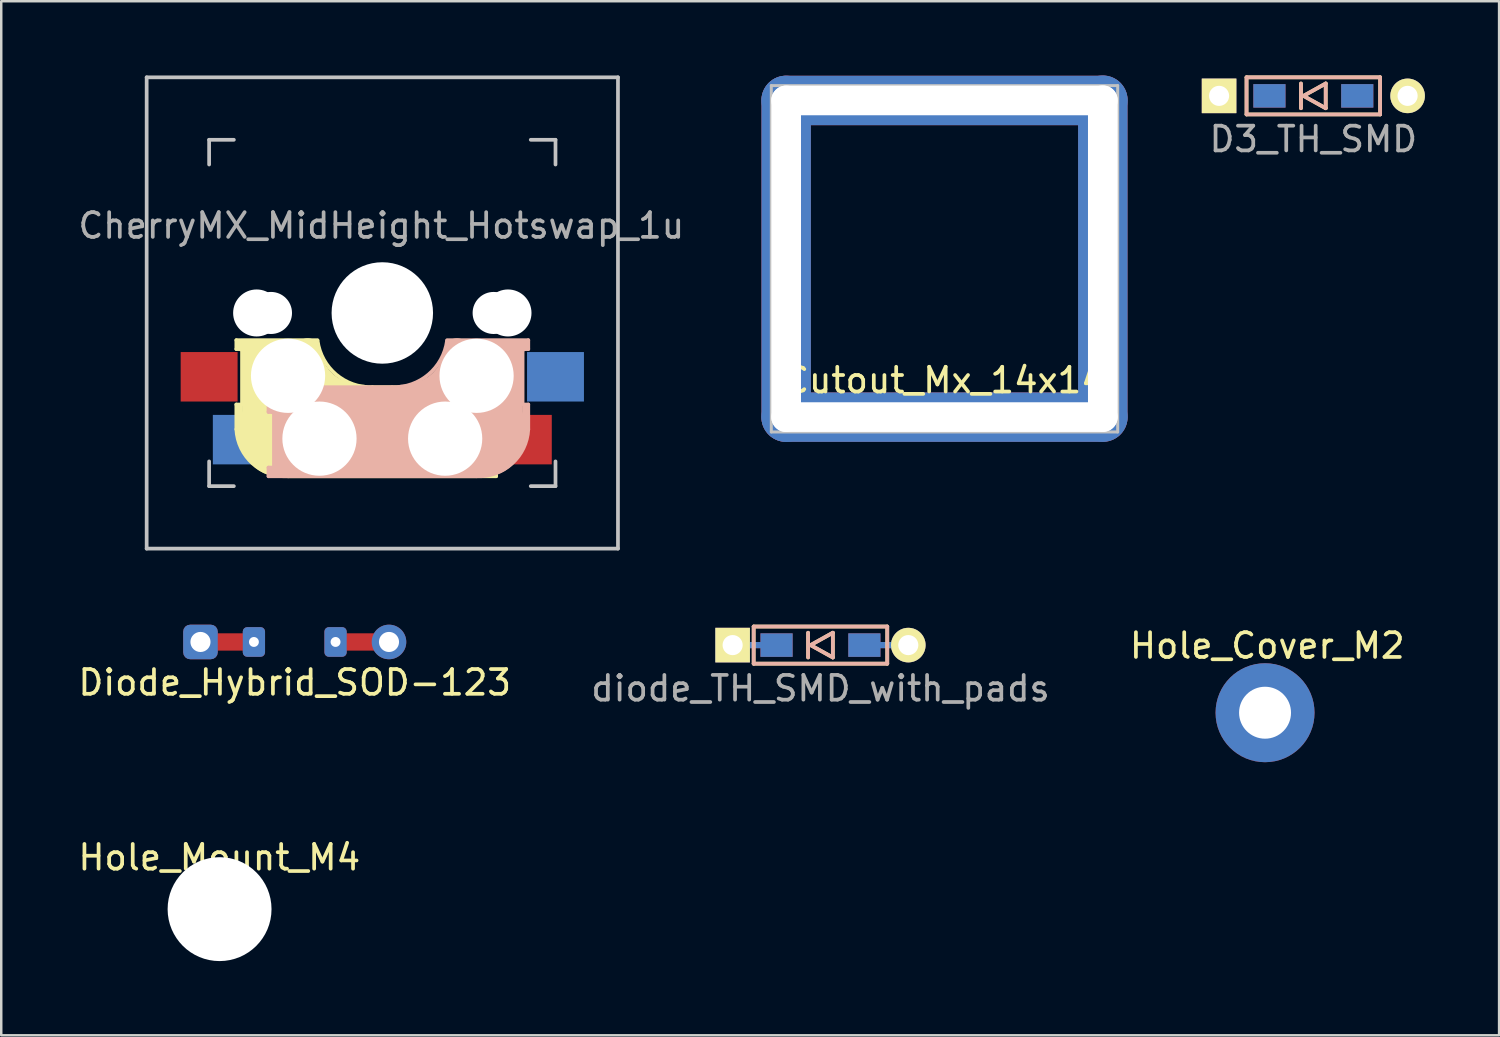
<source format=kicad_pcb>
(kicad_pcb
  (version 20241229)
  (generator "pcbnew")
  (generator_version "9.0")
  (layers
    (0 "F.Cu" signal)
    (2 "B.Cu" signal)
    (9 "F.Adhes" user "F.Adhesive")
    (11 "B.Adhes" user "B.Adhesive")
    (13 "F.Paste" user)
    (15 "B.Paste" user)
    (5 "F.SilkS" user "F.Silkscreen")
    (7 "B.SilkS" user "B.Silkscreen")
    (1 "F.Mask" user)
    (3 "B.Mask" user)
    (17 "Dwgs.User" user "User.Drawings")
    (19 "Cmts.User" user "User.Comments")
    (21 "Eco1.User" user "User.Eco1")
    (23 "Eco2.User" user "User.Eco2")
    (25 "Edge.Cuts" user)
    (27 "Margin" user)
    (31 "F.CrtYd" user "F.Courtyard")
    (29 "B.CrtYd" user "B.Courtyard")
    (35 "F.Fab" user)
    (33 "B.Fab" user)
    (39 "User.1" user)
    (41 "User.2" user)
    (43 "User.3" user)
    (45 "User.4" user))
  (footprint "D3_TH_SMD"
    (layer "F.Cu")
    (at 50.035 0.825)
    (property "Reference" "D3_TH_SMD" (at 0 1.75 0) (layer "F.Fab") (effects (font (size 1 1) (thickness 0.15))))
    (attr through_hole)
    (fp_line (start -2.7 -0.75) (end -2.7 0.75) (stroke (width 0.15) (type solid)) (layer "F.SilkS"))
    (fp_line (start -2.7 0.75) (end 2.7 0.75) (stroke (width 0.15) (type solid)) (layer "F.SilkS"))
    (fp_line (start -0.5 -0.5) (end -0.5 0.5) (stroke (width 0.15) (type solid)) (layer "F.SilkS"))
    (fp_line (start -0.4 0) (end 0.5 -0.5) (stroke (width 0.15) (type solid)) (layer "F.SilkS"))
    (fp_line (start 0.5 -0.5) (end 0.5 0.5) (stroke (width 0.15) (type solid)) (layer "F.SilkS"))
    (fp_line (start 0.5 0.5) (end -0.4 0) (stroke (width 0.15) (type solid)) (layer "F.SilkS"))
    (fp_line (start 2.7 -0.75) (end -2.7 -0.75) (stroke (width 0.15) (type solid)) (layer "F.SilkS"))
    (fp_line (start 2.7 0.75) (end 2.7 -0.75) (stroke (width 0.15) (type solid)) (layer "F.SilkS"))
    (fp_line (start -2.7 -0.75) (end -2.7 0.75) (stroke (width 0.15) (type solid)) (layer "B.SilkS"))
    (fp_line (start -2.7 0.75) (end 2.7 0.75) (stroke (width 0.15) (type solid)) (layer "B.SilkS"))
    (fp_line (start -0.5 -0.5) (end -0.5 0.5) (stroke (width 0.15) (type solid)) (layer "B.SilkS"))
    (fp_line (start -0.4 0) (end 0.5 -0.5) (stroke (width 0.15) (type solid)) (layer "B.SilkS"))
    (fp_line (start 0.5 -0.5) (end 0.5 0.5) (stroke (width 0.15) (type solid)) (layer "B.SilkS"))
    (fp_line (start 0.5 0.5) (end -0.4 0) (stroke (width 0.15) (type solid)) (layer "B.SilkS"))
    (fp_line (start 2.7 -0.75) (end -2.7 -0.75) (stroke (width 0.15) (type solid)) (layer "B.SilkS"))
    (fp_line (start 2.7 0.75) (end 2.7 -0.75) (stroke (width 0.15) (type solid)) (layer "B.SilkS"))
    (pad "1" thru_hole rect (at -3.81 0) (size 1.397 1.397) (drill 0.813) (layers "*.Cu" "*.Mask" "F.SilkS"))
    (pad "1" smd rect (at -1.775 0) (size 1.3 0.95) (layers "F.Cu" "F.Mask" "F.Paste"))
    (pad "1" smd rect (at -1.775 0) (size 1.3 0.95) (layers "B.Cu" "B.Mask" "B.Paste"))
    (pad "2" smd rect (at 1.775 0) (size 1.3 0.95) (layers "F.Cu" "F.Mask" "F.Paste"))
    (pad "2" smd rect (at 1.775 0) (size 1.3 0.95) (layers "B.Cu" "B.Mask" "B.Paste"))
    (pad "2" thru_hole circle (at 3.81 0) (size 1.397 1.397) (drill 0.813) (layers "*.Cu" "*.Mask" "F.SilkS")))
  (footprint "diode_TH_SMD_with_pads"
    (layer "F.Cu")
    (at 30.113 23.025)
    (property "Reference" "diode_TH_SMD_with_pads" (at 0 1.75 0) (layer "F.Fab") (effects (font (size 1 1) (thickness 0.15))))
    (attr through_hole)
    (fp_line (start -2.7 -0.75) (end -2.7 0.75) (stroke (width 0.15) (type solid)) (layer "F.SilkS"))
    (fp_line (start -2.7 0.75) (end 2.7 0.75) (stroke (width 0.15) (type solid)) (layer "F.SilkS"))
    (fp_line (start -0.5 -0.5) (end -0.5 0.5) (stroke (width 0.15) (type solid)) (layer "F.SilkS"))
    (fp_line (start -0.4 0) (end 0.5 -0.5) (stroke (width 0.15) (type solid)) (layer "F.SilkS"))
    (fp_line (start 0.5 -0.5) (end 0.5 0.5) (stroke (width 0.15) (type solid)) (layer "F.SilkS"))
    (fp_line (start 0.5 0.5) (end -0.4 0) (stroke (width 0.15) (type solid)) (layer "F.SilkS"))
    (fp_line (start 2.7 -0.75) (end -2.7 -0.75) (stroke (width 0.15) (type solid)) (layer "F.SilkS"))
    (fp_line (start 2.7 0.75) (end 2.7 -0.75) (stroke (width 0.15) (type solid)) (layer "F.SilkS"))
    (fp_line (start -2.7 -0.75) (end -2.7 0.75) (stroke (width 0.15) (type solid)) (layer "B.SilkS"))
    (fp_line (start -2.7 0.75) (end 2.7 0.75) (stroke (width 0.15) (type solid)) (layer "B.SilkS"))
    (fp_line (start -0.5 -0.5) (end -0.5 0.5) (stroke (width 0.15) (type solid)) (layer "B.SilkS"))
    (fp_line (start -0.4 0) (end 0.5 -0.5) (stroke (width 0.15) (type solid)) (layer "B.SilkS"))
    (fp_line (start 0.5 -0.5) (end 0.5 0.5) (stroke (width 0.15) (type solid)) (layer "B.SilkS"))
    (fp_line (start 0.5 0.5) (end -0.4 0) (stroke (width 0.15) (type solid)) (layer "B.SilkS"))
    (fp_line (start 2.7 -0.75) (end -2.7 -0.75) (stroke (width 0.15) (type solid)) (layer "B.SilkS"))
    (fp_line (start 2.7 0.75) (end 2.7 -0.75) (stroke (width 0.15) (type solid)) (layer "B.SilkS"))
    (pad "1" thru_hole rect (at -3.55 0) (size 1.397 1.397) (drill 0.813) (layers "*.Cu" "*.Mask" "F.SilkS"))
    (pad "1" smd rect (at -2.7 0) (size 1.25 0.25) (layers "F.Cu" "F.Mask" "F.Paste"))
    (pad "1" smd rect (at -2.7 0) (size 1.25 0.25) (layers "B.Cu" "B.Mask" "B.Paste"))
    (pad "1" smd rect (at -1.775 0) (size 1.3 0.95) (layers "F.Cu" "F.Mask" "F.Paste"))
    (pad "1" smd rect (at -1.775 0) (size 1.3 0.95) (layers "B.Cu" "B.Mask" "B.Paste"))
    (pad "2" smd rect (at 1.775 0) (size 1.3 0.95) (layers "F.Cu" "F.Mask" "F.Paste"))
    (pad "2" smd rect (at 1.775 0) (size 1.3 0.95) (layers "B.Cu" "B.Mask" "B.Paste"))
    (pad "2" smd rect (at 2.7 0) (size 1.25 0.25) (layers "F.Cu" "F.Mask" "F.Paste"))
    (pad "2" smd rect (at 2.7 0) (size 1.25 0.25) (layers "B.Cu" "B.Mask" "B.Paste"))
    (pad "2" thru_hole circle (at 3.55 0) (size 1.397 1.397) (drill 0.813) (layers "*.Cu" "*.Mask" "F.SilkS")))
  (footprint "CherryMX_MidHeight_Hotswap_1u"
    (layer "F.Cu")
    (at 12.403 9.6)
    (property "Reference" "CherryMX_MidHeight_Hotswap_1u" (at -0.04 -3.53 180) (layer "F.Fab") (effects (font (size 1 1) (thickness 0.15))))
    (attr through_hole)
    (fp_line (start -5.9 1.1) (end -5.9 1.46) (stroke (width 0.15) (type solid)) (layer "F.SilkS"))
    (fp_line (start -5.9 1.1) (end -2.62 1.1) (stroke (width 0.15) (type solid)) (layer "F.SilkS"))
    (fp_line (start -5.9 3.7) (end -5.7 3.7) (stroke (width 0.15) (type solid)) (layer "F.SilkS"))
    (fp_line (start -5.9 4.7) (end -5.9 3.7) (stroke (width 0.15) (type solid)) (layer "F.SilkS"))
    (fp_line (start -5.8 3.8) (end -5.8 4.7) (stroke (width 0.3) (type solid)) (layer "F.SilkS"))
    (fp_line (start -5.7 1.3) (end -3 1.3) (stroke (width 0.5) (type solid)) (layer "F.SilkS"))
    (fp_line (start -5.7 1.46) (end -5.9 1.46) (stroke (width 0.15) (type solid)) (layer "F.SilkS"))
    (fp_line (start -5.67 3.7) (end -5.67 1.46) (stroke (width 0.15) (type solid)) (layer "F.SilkS"))
    (fp_line (start -5.3 1.6) (end -5.3 3.4) (stroke (width 0.8) (type solid)) (layer "F.SilkS"))
    (fp_line (start -4.17 5.1) (end -4.17 2.86) (stroke (width 3) (type solid)) (layer "F.SilkS"))
    (fp_line (start -0.4 3) (end 4.6 3) (stroke (width 0.15) (type solid)) (layer "F.SilkS"))
    (fp_line (start 2.6 4.8) (end -4.1 4.8) (stroke (width 3.5) (type solid)) (layer "F.SilkS"))
    (fp_line (start 3.9 6) (end 3.9 3.5) (stroke (width 1) (type solid)) (layer "F.SilkS"))
    (fp_line (start 4.3 3.3) (end 2.9 3.3) (stroke (width 0.5) (type solid)) (layer "F.SilkS"))
    (fp_line (start 4.38 4) (end 4.38 6.25) (stroke (width 0.15) (type solid)) (layer "F.SilkS"))
    (fp_line (start 4.4 3.9) (end 4.4 3.2) (stroke (width 0.4) (type solid)) (layer "F.SilkS"))
    (fp_line (start 4.4 6.25) (end 4.6 6.25) (stroke (width 0.15) (type solid)) (layer "F.SilkS"))
    (fp_line (start 4.4 6.4) (end 3 6.4) (stroke (width 0.4) (type solid)) (layer "F.SilkS"))
    (fp_line (start 4.6 3) (end 4.6 4) (stroke (width 0.15) (type solid)) (layer "F.SilkS"))
    (fp_line (start 4.6 4) (end 4.4 4) (stroke (width 0.15) (type solid)) (layer "F.SilkS"))
    (fp_line (start 4.6 6.25) (end 4.6 6.6) (stroke (width 0.15) (type solid)) (layer "F.SilkS"))
    (fp_line (start 4.6 6.6) (end -3.8 6.6) (stroke (width 0.15) (type solid)) (layer "F.SilkS"))
    (fp_arc (start -3.8 6.600001) (mid -5.243504 6.084925) (end -5.900001 4.7) (stroke (width 0.15) (type solid)) (layer "F.SilkS"))
    (fp_arc (start -0.8 3.4) (mid -2.268709 2.886118) (end -3.016318 1.521471) (stroke (width 1) (type solid)) (layer "F.SilkS"))
    (fp_arc (start -0.4 3) (mid -1.868709 2.486118) (end -2.616318 1.121471) (stroke (width 0.15) (type solid)) (layer "F.SilkS"))
    (fp_line (start -4.6 3) (end -4.6 4) (stroke (width 0.15) (type solid)) (layer "B.SilkS"))
    (fp_line (start -4.6 4) (end -4.4 4) (stroke (width 0.15) (type solid)) (layer "B.SilkS"))
    (fp_line (start -4.6 6.25) (end -4.6 6.6) (stroke (width 0.15) (type solid)) (layer "B.SilkS"))
    (fp_line (start -4.6 6.6) (end 3.8 6.6) (stroke (width 0.15) (type solid)) (layer "B.SilkS"))
    (fp_line (start -4.4 3.9) (end -4.4 3.2) (stroke (width 0.4) (type solid)) (layer "B.SilkS"))
    (fp_line (start -4.4 6.25) (end -4.6 6.25) (stroke (width 0.15) (type solid)) (layer "B.SilkS"))
    (fp_line (start -4.4 6.4) (end -3 6.4) (stroke (width 0.4) (type solid)) (layer "B.SilkS"))
    (fp_line (start -4.38 4) (end -4.38 6.25) (stroke (width 0.15) (type solid)) (layer "B.SilkS"))
    (fp_line (start -4.3 3.3) (end -2.9 3.3) (stroke (width 0.5) (type solid)) (layer "B.SilkS"))
    (fp_line (start -3.9 6) (end -3.9 3.5) (stroke (width 1) (type solid)) (layer "B.SilkS"))
    (fp_line (start -2.6 4.8) (end 4.1 4.8) (stroke (width 3.5) (type solid)) (layer "B.SilkS"))
    (fp_line (start 0.4 3) (end -4.6 3) (stroke (width 0.15) (type solid)) (layer "B.SilkS"))
    (fp_line (start 4.17 5.1) (end 4.17 2.86) (stroke (width 3) (type solid)) (layer "B.SilkS"))
    (fp_line (start 5.3 1.6) (end 5.3 3.4) (stroke (width 0.8) (type solid)) (layer "B.SilkS"))
    (fp_line (start 5.67 3.7) (end 5.67 1.46) (stroke (width 0.15) (type solid)) (layer "B.SilkS"))
    (fp_line (start 5.7 1.3) (end 3 1.3) (stroke (width 0.5) (type solid)) (layer "B.SilkS"))
    (fp_line (start 5.7 1.46) (end 5.9 1.46) (stroke (width 0.15) (type solid)) (layer "B.SilkS"))
    (fp_line (start 5.8 3.8) (end 5.8 4.7) (stroke (width 0.3) (type solid)) (layer "B.SilkS"))
    (fp_line (start 5.9 1.1) (end 2.62 1.1) (stroke (width 0.15) (type solid)) (layer "B.SilkS"))
    (fp_line (start 5.9 1.1) (end 5.9 1.46) (stroke (width 0.15) (type solid)) (layer "B.SilkS"))
    (fp_line (start 5.9 3.7) (end 5.7 3.7) (stroke (width 0.15) (type solid)) (layer "B.SilkS"))
    (fp_line (start 5.9 4.7) (end 5.9 3.7) (stroke (width 0.15) (type solid)) (layer "B.SilkS"))
    (fp_arc (start 2.616318 1.121471) (mid 1.868709 2.486118) (end 0.4 3) (stroke (width 0.15) (type solid)) (layer "B.SilkS"))
    (fp_arc (start 3.016318 1.521471) (mid 2.268709 2.886118) (end 0.8 3.4) (stroke (width 1) (type solid)) (layer "B.SilkS"))
    (fp_arc (start 5.9 4.699999) (mid 5.243504 6.084924) (end 3.800001 6.6) (stroke (width 0.15) (type solid)) (layer "B.SilkS"))
    (fp_line (start -9.525 -9.525) (end 9.525 -9.525) (stroke (width 0.15) (type solid)) (layer "Dwgs.User"))
    (fp_line (start -9.525 9.525) (end -9.525 -9.525) (stroke (width 0.15) (type solid)) (layer "Dwgs.User"))
    (fp_line (start -7 -7) (end -7 -6) (stroke (width 0.15) (type solid)) (layer "Dwgs.User"))
    (fp_line (start -7 7) (end -7 6) (stroke (width 0.15) (type solid)) (layer "Dwgs.User"))
    (fp_line (start -7 7) (end -6 7) (stroke (width 0.15) (type solid)) (layer "Dwgs.User"))
    (fp_line (start -6 -7) (end -7 -7) (stroke (width 0.15) (type solid)) (layer "Dwgs.User"))
    (fp_line (start 7 -7) (end 6 -7) (stroke (width 0.15) (type solid)) (layer "Dwgs.User"))
    (fp_line (start 7 -6) (end 7 -7) (stroke (width 0.15) (type solid)) (layer "Dwgs.User"))
    (fp_line (start 7 6) (end 7 7) (stroke (width 0.15) (type solid)) (layer "Dwgs.User"))
    (fp_line (start 7 7) (end 6 7) (stroke (width 0.15) (type solid)) (layer "Dwgs.User"))
    (fp_line (start 9.525 -9.525) (end 9.525 9.525) (stroke (width 0.15) (type solid)) (layer "Dwgs.User"))
    (fp_line (start 9.525 9.525) (end -9.525 9.525) (stroke (width 0.15) (type solid)) (layer "Dwgs.User"))
    (pad "" np_thru_hole circle (at -5.08 0 180) (size 1.9 1.9) (drill 1.9) (layers "*.Cu" "*.Mask"))
    (pad "" np_thru_hole circle (at -4.5 0 180) (size 1.7 1.7) (drill 1.7) (layers "*.Cu" "*.Mask"))
    (pad "" np_thru_hole circle (at -3.81 2.54) (size 3 3) (drill 3) (layers "*.Cu" "*.Mask"))
    (pad "" np_thru_hole circle (at -2.54 5.08) (size 3 3) (drill 3) (layers "*.Cu" "*.Mask"))
    (pad "" np_thru_hole circle (at 0 0 270) (size 4.1 4.1) (drill 4.1) (layers "*.Cu" "*.Mask"))
    (pad "" np_thru_hole circle (at 2.54 5.08) (size 3 3) (drill 3) (layers "*.Cu" "*.Mask"))
    (pad "" np_thru_hole circle (at 3.81 2.54) (size 3 3) (drill 3) (layers "*.Cu" "*.Mask"))
    (pad "" np_thru_hole circle (at 4.5 0 180) (size 1.7 1.7) (drill 1.7) (layers "*.Cu" "*.Mask"))
    (pad "" np_thru_hole circle (at 5.08 0 180) (size 1.9 1.9) (drill 1.9) (layers "*.Cu" "*.Mask"))
    (pad "1" smd rect (at -7 2.58) (size 2.3 2) (layers "F.Cu" "F.Mask" "F.Paste"))
    (pad "1" smd rect (at 7 2.58) (size 2.3 2) (layers "B.Cu" "B.Mask" "B.Paste"))
    (pad "2" smd rect (at -5.7 5.12) (size 2.3 2) (layers "B.Cu" "B.Mask" "B.Paste"))
    (pad "2" smd rect (at 5.7 5.12) (size 2.3 2) (layers "F.Cu" "F.Mask" "F.Paste")))
  (footprint "Cutout_Mx_14x14"
    (layer "F.Cu")
    (at 35.126 7.41)
    (property "Reference" "Cutout_Mx_14x14" (at 0 4.91 0) (layer "F.SilkS") (effects (font (size 1 1) (thickness 0.15))))
    (attr through_hole)
    (fp_line (start -7 -7) (end -7 7) (stroke (width 0.12) (type solid)) (layer "Dwgs.User"))
    (fp_line (start -7 -7) (end 7 -7) (stroke (width 0.12) (type solid)) (layer "Dwgs.User"))
    (fp_line (start 7 -7) (end 7 7) (stroke (width 0.12) (type solid)) (layer "Dwgs.User"))
    (fp_line (start 7 7) (end -7 7) (stroke (width 0.12) (type solid)) (layer "Dwgs.User"))
    (pad "" thru_hole oval (at -6.4 0 270) (size 14.8 2) (drill oval 14 1.2) (layers "*.Cu" "*.Mask"))
    (pad "" thru_hole oval (at 0 -6.4) (size 14.8 2) (drill oval 14 1.2) (layers "*.Cu" "*.Mask"))
    (pad "" thru_hole oval (at 0 6.4) (size 14.8 2) (drill oval 14 1.2) (layers "*.Cu" "*.Mask"))
    (pad "" thru_hole oval (at 6.4 -0.01 270) (size 14.8 2) (drill oval 14 1.2) (layers "*.Cu" "*.Mask")))
  (footprint "Hole_Mount_M4"
    (layer "F.Cu")
    (at 5.825 33.697)
    (property "Reference" "Hole_Mount_M4" (at -0.01 -2.09 0) (layer "F.SilkS") (effects (font (size 1 1) (thickness 0.15))))
    (attr through_hole)
    (pad "" np_thru_hole circle (at 0 0) (size 4.2 4.2) (drill 4.2) (layers "*.Cu" "*.Mask")))
  (footprint "Hole_Cover_M2"
    (layer "F.Cu")
    (at 48.083 25.758)
    (property "Reference" "Hole_Cover_M2" (at 0.09 -2.71 0) (layer "F.SilkS") (effects (font (size 1 1) (thickness 0.15))))
    (attr through_hole)
    (pad "1" thru_hole circle (at 0 0) (size 4 4) (drill 2.1) (layers "*.Cu" "*.Mask")))
  (footprint "Diode_Hybrid_SOD-123"
    (layer "F.Cu")
    (at 8.863 22.898)
    (property "Reference" "Diode_Hybrid_SOD-123" (at 0 1.64 0) (layer "F.SilkS") (effects (font (size 1 1) (thickness 0.15))))
    (attr through_hole)
    (pad "1" thru_hole roundrect (at -3.81 0) (size 1.397 1.397) (drill 0.813) (layers "*.Cu" "*.Mask") (roundrect_rratio 0.2))
    (pad "1" smd rect (at -2.4 0) (size 2 0.7) (layers "F.Cu"))
    (pad "1" thru_hole circle (at -1.65 0) (size 0.8 0.8) (drill 0.4) (layers "*.Cu" "*.Mask"))
    (pad "1" smd roundrect (at -1.65 0) (size 0.9 1.2) (layers "F.Cu" "F.Mask" "F.Paste") (roundrect_rratio 0.2))
    (pad "1" smd roundrect (at -1.65 0) (size 0.9 1.2) (layers "B.Cu" "B.Mask" "B.Paste") (roundrect_rratio 0.2))
    (pad "2" thru_hole circle (at 1.65 0) (size 0.8 0.8) (drill 0.4) (layers "*.Cu" "*.Mask"))
    (pad "2" smd roundrect (at 1.65 0) (size 0.9 1.2) (layers "F.Cu" "F.Mask" "F.Paste") (roundrect_rratio 0.2))
    (pad "2" smd roundrect (at 1.65 0) (size 0.9 1.2) (layers "B.Cu" "B.Mask" "B.Paste") (roundrect_rratio 0.2))
    (pad "2" smd rect (at 2.4 0) (size 2 0.7) (layers "F.Cu"))
    (pad "2" thru_hole circle (at 3.81 0) (size 1.397 1.397) (drill 0.813) (layers "*.Cu" "*.Mask")))
  (gr_rect
    (start -3 -3)
    (end 57.543 38.797)
    (stroke (width 0.1) (type default))
    (fill no)
    (layer "Edge.Cuts")))
</source>
